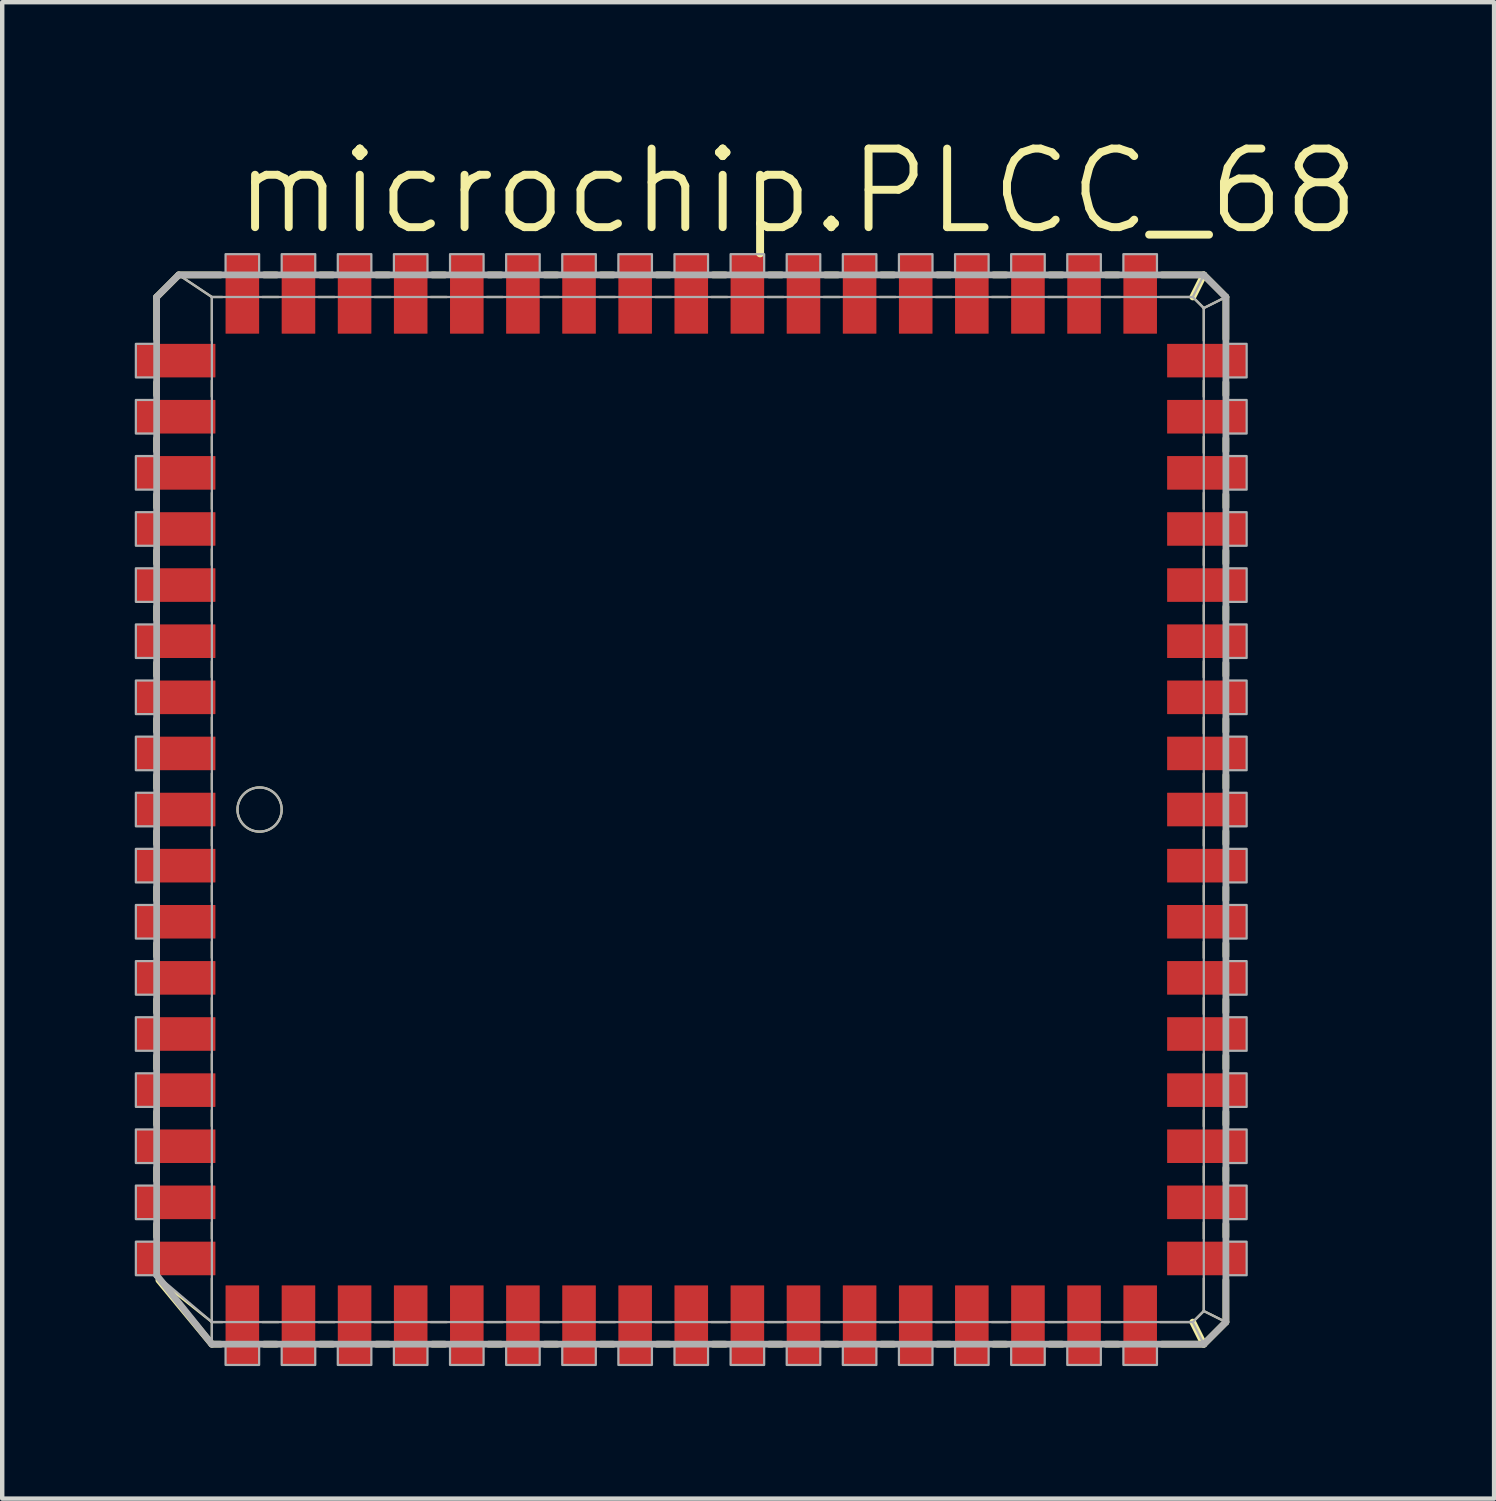
<source format=kicad_pcb>
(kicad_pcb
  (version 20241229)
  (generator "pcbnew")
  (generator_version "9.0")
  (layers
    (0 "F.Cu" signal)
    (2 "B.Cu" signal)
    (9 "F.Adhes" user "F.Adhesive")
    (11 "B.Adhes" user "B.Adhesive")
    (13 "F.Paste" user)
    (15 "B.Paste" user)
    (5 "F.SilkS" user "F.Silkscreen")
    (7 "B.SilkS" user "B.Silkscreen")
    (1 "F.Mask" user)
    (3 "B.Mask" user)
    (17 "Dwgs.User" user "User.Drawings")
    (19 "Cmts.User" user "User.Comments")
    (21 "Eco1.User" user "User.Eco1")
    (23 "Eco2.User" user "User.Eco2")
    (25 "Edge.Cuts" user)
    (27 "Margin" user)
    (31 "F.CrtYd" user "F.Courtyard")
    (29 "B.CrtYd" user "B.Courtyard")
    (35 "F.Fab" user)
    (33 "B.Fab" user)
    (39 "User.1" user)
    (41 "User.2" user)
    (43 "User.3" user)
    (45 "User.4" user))
  (footprint "microchip.PLCC_68"
    (layer "F.Cu")
    (at 12.595 15.272)
    (property "Reference" "microchip.PLCC_68" (at -10.414 -12.954 0) (layer "F.SilkS") (effects (font (size 1.778 1.778) (thickness 0.18)) (justify left bottom)))
    (attr smd)
    (fp_line (start -12.1 -11.6) (end -11.6 -12.1) (stroke (width 0.152) (type default)) (layer "F.SilkS"))
    (fp_line (start -12.1 -10.651) (end -12.1 -11.6) (stroke (width 0.152) (type default)) (layer "F.SilkS"))
    (fp_line (start -12.1 -9.381) (end -12.1 -9.669) (stroke (width 0.152) (type default)) (layer "F.SilkS"))
    (fp_line (start -12.1 -8.111) (end -12.1 -8.399) (stroke (width 0.152) (type default)) (layer "F.SilkS"))
    (fp_line (start -12.1 -6.841) (end -12.1 -7.129) (stroke (width 0.152) (type default)) (layer "F.SilkS"))
    (fp_line (start -12.1 -5.571) (end -12.1 -5.859) (stroke (width 0.152) (type default)) (layer "F.SilkS"))
    (fp_line (start -12.1 -4.301) (end -12.1 -4.589) (stroke (width 0.152) (type default)) (layer "F.SilkS"))
    (fp_line (start -12.1 -3.031) (end -12.1 -3.319) (stroke (width 0.152) (type default)) (layer "F.SilkS"))
    (fp_line (start -12.1 -1.761) (end -12.1 -2.049) (stroke (width 0.152) (type default)) (layer "F.SilkS"))
    (fp_line (start -12.1 -0.491) (end -12.1 -0.779) (stroke (width 0.152) (type default)) (layer "F.SilkS"))
    (fp_line (start -12.1 0.779) (end -12.1 0.491) (stroke (width 0.152) (type default)) (layer "F.SilkS"))
    (fp_line (start -12.1 2.049) (end -12.1 1.761) (stroke (width 0.152) (type default)) (layer "F.SilkS"))
    (fp_line (start -12.1 3.319) (end -12.1 3.031) (stroke (width 0.152) (type default)) (layer "F.SilkS"))
    (fp_line (start -12.1 4.589) (end -12.1 4.301) (stroke (width 0.152) (type default)) (layer "F.SilkS"))
    (fp_line (start -12.1 5.859) (end -12.1 5.571) (stroke (width 0.152) (type default)) (layer "F.SilkS"))
    (fp_line (start -12.1 7.129) (end -12.1 6.841) (stroke (width 0.152) (type default)) (layer "F.SilkS"))
    (fp_line (start -12.1 8.399) (end -12.1 8.111) (stroke (width 0.152) (type default)) (layer "F.SilkS"))
    (fp_line (start -12.1 9.669) (end -12.1 9.381) (stroke (width 0.152) (type default)) (layer "F.SilkS"))
    (fp_line (start -11.6 -12.1) (end -10.85 -11.6) (stroke (width 0.051) (type default)) (layer "F.SilkS"))
    (fp_line (start -11.6 -12.1) (end -10.651 -12.1) (stroke (width 0.152) (type default)) (layer "F.SilkS"))
    (fp_line (start -10.85 -11.6) (end -10.611 -11.6) (stroke (width 0.051) (type default)) (layer "F.SilkS"))
    (fp_line (start -10.85 -10.611) (end -10.85 -11.6) (stroke (width 0.051) (type default)) (layer "F.SilkS"))
    (fp_line (start -10.85 -9.341) (end -10.85 -9.709) (stroke (width 0.051) (type default)) (layer "F.SilkS"))
    (fp_line (start -10.85 -8.071) (end -10.85 -8.439) (stroke (width 0.051) (type default)) (layer "F.SilkS"))
    (fp_line (start -10.85 -6.801) (end -10.85 -7.169) (stroke (width 0.051) (type default)) (layer "F.SilkS"))
    (fp_line (start -10.85 -5.531) (end -10.85 -5.899) (stroke (width 0.051) (type default)) (layer "F.SilkS"))
    (fp_line (start -10.85 -4.261) (end -10.85 -4.629) (stroke (width 0.051) (type default)) (layer "F.SilkS"))
    (fp_line (start -10.85 -2.991) (end -10.85 -3.359) (stroke (width 0.051) (type default)) (layer "F.SilkS"))
    (fp_line (start -10.85 -1.721) (end -10.85 -2.089) (stroke (width 0.051) (type default)) (layer "F.SilkS"))
    (fp_line (start -10.85 -0.451) (end -10.85 -0.819) (stroke (width 0.051) (type default)) (layer "F.SilkS"))
    (fp_line (start -10.85 0.819) (end -10.85 0.451) (stroke (width 0.051) (type default)) (layer "F.SilkS"))
    (fp_line (start -10.85 2.089) (end -10.85 1.721) (stroke (width 0.051) (type default)) (layer "F.SilkS"))
    (fp_line (start -10.85 3.359) (end -10.85 2.991) (stroke (width 0.051) (type default)) (layer "F.SilkS"))
    (fp_line (start -10.85 4.629) (end -10.85 4.261) (stroke (width 0.051) (type default)) (layer "F.SilkS"))
    (fp_line (start -10.85 5.899) (end -10.85 5.531) (stroke (width 0.051) (type default)) (layer "F.SilkS"))
    (fp_line (start -10.85 7.169) (end -10.85 6.801) (stroke (width 0.051) (type default)) (layer "F.SilkS"))
    (fp_line (start -10.85 8.439) (end -10.85 8.071) (stroke (width 0.051) (type default)) (layer "F.SilkS"))
    (fp_line (start -10.85 9.709) (end -10.85 9.341) (stroke (width 0.051) (type default)) (layer "F.SilkS"))
    (fp_line (start -10.85 11.6) (end -12.029 10.662) (stroke (width 0.051) (type default)) (layer "F.SilkS"))
    (fp_line (start -10.85 11.6) (end -10.85 10.611) (stroke (width 0.051) (type default)) (layer "F.SilkS"))
    (fp_line (start -10.85 12.1) (end -12.05 10.651) (stroke (width 0.152) (type default)) (layer "F.SilkS"))
    (fp_line (start -10.85 12.1) (end -10.85 11.6) (stroke (width 0.051) (type default)) (layer "F.SilkS"))
    (fp_line (start -10.651 12.1) (end -10.85 12.1) (stroke (width 0.152) (type default)) (layer "F.SilkS"))
    (fp_line (start -10.611 11.6) (end -10.85 11.6) (stroke (width 0.051) (type default)) (layer "F.SilkS"))
    (fp_line (start -9.709 -11.6) (end -9.341 -11.6) (stroke (width 0.051) (type default)) (layer "F.SilkS"))
    (fp_line (start -9.669 -12.1) (end -9.381 -12.1) (stroke (width 0.152) (type default)) (layer "F.SilkS"))
    (fp_line (start -9.381 12.1) (end -9.669 12.1) (stroke (width 0.152) (type default)) (layer "F.SilkS"))
    (fp_line (start -9.341 11.6) (end -9.709 11.6) (stroke (width 0.051) (type default)) (layer "F.SilkS"))
    (fp_line (start -8.439 -11.6) (end -8.071 -11.6) (stroke (width 0.051) (type default)) (layer "F.SilkS"))
    (fp_line (start -8.399 -12.1) (end -8.111 -12.1) (stroke (width 0.152) (type default)) (layer "F.SilkS"))
    (fp_line (start -8.111 12.1) (end -8.399 12.1) (stroke (width 0.152) (type default)) (layer "F.SilkS"))
    (fp_line (start -8.071 11.6) (end -8.439 11.6) (stroke (width 0.051) (type default)) (layer "F.SilkS"))
    (fp_line (start -7.169 -11.6) (end -6.801 -11.6) (stroke (width 0.051) (type default)) (layer "F.SilkS"))
    (fp_line (start -7.129 -12.1) (end -6.841 -12.1) (stroke (width 0.152) (type default)) (layer "F.SilkS"))
    (fp_line (start -6.841 12.1) (end -7.129 12.1) (stroke (width 0.152) (type default)) (layer "F.SilkS"))
    (fp_line (start -6.801 11.6) (end -7.169 11.6) (stroke (width 0.051) (type default)) (layer "F.SilkS"))
    (fp_line (start -5.899 -11.6) (end -5.531 -11.6) (stroke (width 0.051) (type default)) (layer "F.SilkS"))
    (fp_line (start -5.859 -12.1) (end -5.571 -12.1) (stroke (width 0.152) (type default)) (layer "F.SilkS"))
    (fp_line (start -5.571 12.1) (end -5.859 12.1) (stroke (width 0.152) (type default)) (layer "F.SilkS"))
    (fp_line (start -5.531 11.6) (end -5.899 11.6) (stroke (width 0.051) (type default)) (layer "F.SilkS"))
    (fp_line (start -4.629 -11.6) (end -4.261 -11.6) (stroke (width 0.051) (type default)) (layer "F.SilkS"))
    (fp_line (start -4.589 -12.1) (end -4.301 -12.1) (stroke (width 0.152) (type default)) (layer "F.SilkS"))
    (fp_line (start -4.301 12.1) (end -4.589 12.1) (stroke (width 0.152) (type default)) (layer "F.SilkS"))
    (fp_line (start -4.261 11.6) (end -4.629 11.6) (stroke (width 0.051) (type default)) (layer "F.SilkS"))
    (fp_line (start -3.359 -11.6) (end -2.991 -11.6) (stroke (width 0.051) (type default)) (layer "F.SilkS"))
    (fp_line (start -3.319 -12.1) (end -3.031 -12.1) (stroke (width 0.152) (type default)) (layer "F.SilkS"))
    (fp_line (start -3.031 12.1) (end -3.319 12.1) (stroke (width 0.152) (type default)) (layer "F.SilkS"))
    (fp_line (start -2.991 11.6) (end -3.359 11.6) (stroke (width 0.051) (type default)) (layer "F.SilkS"))
    (fp_line (start -2.089 -11.6) (end -1.721 -11.6) (stroke (width 0.051) (type default)) (layer "F.SilkS"))
    (fp_line (start -2.049 -12.1) (end -1.761 -12.1) (stroke (width 0.152) (type default)) (layer "F.SilkS"))
    (fp_line (start -1.761 12.1) (end -2.049 12.1) (stroke (width 0.152) (type default)) (layer "F.SilkS"))
    (fp_line (start -1.721 11.6) (end -2.089 11.6) (stroke (width 0.051) (type default)) (layer "F.SilkS"))
    (fp_line (start -0.819 -11.6) (end -0.451 -11.6) (stroke (width 0.051) (type default)) (layer "F.SilkS"))
    (fp_line (start -0.779 -12.1) (end -0.491 -12.1) (stroke (width 0.152) (type default)) (layer "F.SilkS"))
    (fp_line (start -0.491 12.1) (end -0.779 12.1) (stroke (width 0.152) (type default)) (layer "F.SilkS"))
    (fp_line (start -0.451 11.6) (end -0.819 11.6) (stroke (width 0.051) (type default)) (layer "F.SilkS"))
    (fp_line (start 0.451 -11.6) (end 0.819 -11.6) (stroke (width 0.051) (type default)) (layer "F.SilkS"))
    (fp_line (start 0.491 -12.1) (end 0.779 -12.1) (stroke (width 0.152) (type default)) (layer "F.SilkS"))
    (fp_line (start 0.779 12.1) (end 0.491 12.1) (stroke (width 0.152) (type default)) (layer "F.SilkS"))
    (fp_line (start 0.819 11.6) (end 0.451 11.6) (stroke (width 0.051) (type default)) (layer "F.SilkS"))
    (fp_line (start 1.721 -11.6) (end 2.089 -11.6) (stroke (width 0.051) (type default)) (layer "F.SilkS"))
    (fp_line (start 1.761 -12.1) (end 2.049 -12.1) (stroke (width 0.152) (type default)) (layer "F.SilkS"))
    (fp_line (start 2.049 12.1) (end 1.761 12.1) (stroke (width 0.152) (type default)) (layer "F.SilkS"))
    (fp_line (start 2.089 11.6) (end 1.721 11.6) (stroke (width 0.051) (type default)) (layer "F.SilkS"))
    (fp_line (start 2.991 -11.6) (end 3.359 -11.6) (stroke (width 0.051) (type default)) (layer "F.SilkS"))
    (fp_line (start 3.031 -12.1) (end 3.319 -12.1) (stroke (width 0.152) (type default)) (layer "F.SilkS"))
    (fp_line (start 3.319 12.1) (end 3.031 12.1) (stroke (width 0.152) (type default)) (layer "F.SilkS"))
    (fp_line (start 3.359 11.6) (end 2.991 11.6) (stroke (width 0.051) (type default)) (layer "F.SilkS"))
    (fp_line (start 4.261 -11.6) (end 4.629 -11.6) (stroke (width 0.051) (type default)) (layer "F.SilkS"))
    (fp_line (start 4.301 -12.1) (end 4.589 -12.1) (stroke (width 0.152) (type default)) (layer "F.SilkS"))
    (fp_line (start 4.589 12.1) (end 4.301 12.1) (stroke (width 0.152) (type default)) (layer "F.SilkS"))
    (fp_line (start 4.629 11.6) (end 4.261 11.6) (stroke (width 0.051) (type default)) (layer "F.SilkS"))
    (fp_line (start 5.531 -11.6) (end 5.899 -11.6) (stroke (width 0.051) (type default)) (layer "F.SilkS"))
    (fp_line (start 5.571 -12.1) (end 5.859 -12.1) (stroke (width 0.152) (type default)) (layer "F.SilkS"))
    (fp_line (start 5.859 12.1) (end 5.571 12.1) (stroke (width 0.152) (type default)) (layer "F.SilkS"))
    (fp_line (start 5.899 11.6) (end 5.531 11.6) (stroke (width 0.051) (type default)) (layer "F.SilkS"))
    (fp_line (start 6.801 -11.6) (end 7.169 -11.6) (stroke (width 0.051) (type default)) (layer "F.SilkS"))
    (fp_line (start 6.841 -12.1) (end 7.129 -12.1) (stroke (width 0.152) (type default)) (layer "F.SilkS"))
    (fp_line (start 7.129 12.1) (end 6.841 12.1) (stroke (width 0.152) (type default)) (layer "F.SilkS"))
    (fp_line (start 7.169 11.6) (end 6.801 11.6) (stroke (width 0.051) (type default)) (layer "F.SilkS"))
    (fp_line (start 8.071 -11.6) (end 8.439 -11.6) (stroke (width 0.051) (type default)) (layer "F.SilkS"))
    (fp_line (start 8.111 -12.1) (end 8.399 -12.1) (stroke (width 0.152) (type default)) (layer "F.SilkS"))
    (fp_line (start 8.399 12.1) (end 8.111 12.1) (stroke (width 0.152) (type default)) (layer "F.SilkS"))
    (fp_line (start 8.439 11.6) (end 8.071 11.6) (stroke (width 0.051) (type default)) (layer "F.SilkS"))
    (fp_line (start 9.341 -11.6) (end 9.709 -11.6) (stroke (width 0.051) (type default)) (layer "F.SilkS"))
    (fp_line (start 9.381 -12.1) (end 9.669 -12.1) (stroke (width 0.152) (type default)) (layer "F.SilkS"))
    (fp_line (start 9.669 12.1) (end 9.381 12.1) (stroke (width 0.152) (type default)) (layer "F.SilkS"))
    (fp_line (start 9.709 11.6) (end 9.341 11.6) (stroke (width 0.051) (type default)) (layer "F.SilkS"))
    (fp_line (start 10.611 -11.6) (end 11.35 -11.6) (stroke (width 0.051) (type default)) (layer "F.SilkS"))
    (fp_line (start 10.651 -12.1) (end 11.6 -12.1) (stroke (width 0.152) (type default)) (layer "F.SilkS"))
    (fp_line (start 11.35 -11.6) (end 11.6 -12.1) (stroke (width 0.152) (type default)) (layer "F.SilkS"))
    (fp_line (start 11.35 -11.6) (end 11.6 -11.35) (stroke (width 0.051) (type default)) (layer "F.SilkS"))
    (fp_line (start 11.35 11.6) (end 10.611 11.6) (stroke (width 0.051) (type default)) (layer "F.SilkS"))
    (fp_line (start 11.6 -12.1) (end 12.1 -11.6) (stroke (width 0.152) (type default)) (layer "F.SilkS"))
    (fp_line (start 11.6 -11.35) (end 11.6 -10.611) (stroke (width 0.051) (type default)) (layer "F.SilkS"))
    (fp_line (start 11.6 -11.35) (end 12.1 -11.6) (stroke (width 0.051) (type default)) (layer "F.SilkS"))
    (fp_line (start 11.6 -9.709) (end 11.6 -9.341) (stroke (width 0.051) (type default)) (layer "F.SilkS"))
    (fp_line (start 11.6 -8.439) (end 11.6 -8.071) (stroke (width 0.051) (type default)) (layer "F.SilkS"))
    (fp_line (start 11.6 -7.169) (end 11.6 -6.801) (stroke (width 0.051) (type default)) (layer "F.SilkS"))
    (fp_line (start 11.6 -5.899) (end 11.6 -5.531) (stroke (width 0.051) (type default)) (layer "F.SilkS"))
    (fp_line (start 11.6 -4.629) (end 11.6 -4.261) (stroke (width 0.051) (type default)) (layer "F.SilkS"))
    (fp_line (start 11.6 -3.359) (end 11.6 -2.991) (stroke (width 0.051) (type default)) (layer "F.SilkS"))
    (fp_line (start 11.6 -2.089) (end 11.6 -1.721) (stroke (width 0.051) (type default)) (layer "F.SilkS"))
    (fp_line (start 11.6 -0.819) (end 11.6 -0.451) (stroke (width 0.051) (type default)) (layer "F.SilkS"))
    (fp_line (start 11.6 0.451) (end 11.6 0.819) (stroke (width 0.051) (type default)) (layer "F.SilkS"))
    (fp_line (start 11.6 1.721) (end 11.6 2.089) (stroke (width 0.051) (type default)) (layer "F.SilkS"))
    (fp_line (start 11.6 2.991) (end 11.6 3.359) (stroke (width 0.051) (type default)) (layer "F.SilkS"))
    (fp_line (start 11.6 4.261) (end 11.6 4.629) (stroke (width 0.051) (type default)) (layer "F.SilkS"))
    (fp_line (start 11.6 5.531) (end 11.6 5.899) (stroke (width 0.051) (type default)) (layer "F.SilkS"))
    (fp_line (start 11.6 6.801) (end 11.6 7.169) (stroke (width 0.051) (type default)) (layer "F.SilkS"))
    (fp_line (start 11.6 8.071) (end 11.6 8.439) (stroke (width 0.051) (type default)) (layer "F.SilkS"))
    (fp_line (start 11.6 9.341) (end 11.6 9.709) (stroke (width 0.051) (type default)) (layer "F.SilkS"))
    (fp_line (start 11.6 10.611) (end 11.6 11.35) (stroke (width 0.051) (type default)) (layer "F.SilkS"))
    (fp_line (start 11.6 11.35) (end 11.35 11.6) (stroke (width 0.051) (type default)) (layer "F.SilkS"))
    (fp_line (start 11.6 12.1) (end 10.651 12.1) (stroke (width 0.152) (type default)) (layer "F.SilkS"))
    (fp_line (start 11.6 12.1) (end 11.35 11.6) (stroke (width 0.152) (type default)) (layer "F.SilkS"))
    (fp_line (start 12.1 -11.6) (end 12.1 -10.651) (stroke (width 0.152) (type default)) (layer "F.SilkS"))
    (fp_line (start 12.1 -9.669) (end 12.1 -9.381) (stroke (width 0.152) (type default)) (layer "F.SilkS"))
    (fp_line (start 12.1 -8.399) (end 12.1 -8.111) (stroke (width 0.152) (type default)) (layer "F.SilkS"))
    (fp_line (start 12.1 -7.129) (end 12.1 -6.841) (stroke (width 0.152) (type default)) (layer "F.SilkS"))
    (fp_line (start 12.1 -5.859) (end 12.1 -5.571) (stroke (width 0.152) (type default)) (layer "F.SilkS"))
    (fp_line (start 12.1 -4.589) (end 12.1 -4.301) (stroke (width 0.152) (type default)) (layer "F.SilkS"))
    (fp_line (start 12.1 -3.319) (end 12.1 -3.031) (stroke (width 0.152) (type default)) (layer "F.SilkS"))
    (fp_line (start 12.1 -2.049) (end 12.1 -1.761) (stroke (width 0.152) (type default)) (layer "F.SilkS"))
    (fp_line (start 12.1 -0.779) (end 12.1 -0.491) (stroke (width 0.152) (type default)) (layer "F.SilkS"))
    (fp_line (start 12.1 0.491) (end 12.1 0.779) (stroke (width 0.152) (type default)) (layer "F.SilkS"))
    (fp_line (start 12.1 1.761) (end 12.1 2.049) (stroke (width 0.152) (type default)) (layer "F.SilkS"))
    (fp_line (start 12.1 3.031) (end 12.1 3.319) (stroke (width 0.152) (type default)) (layer "F.SilkS"))
    (fp_line (start 12.1 4.301) (end 12.1 4.589) (stroke (width 0.152) (type default)) (layer "F.SilkS"))
    (fp_line (start 12.1 5.571) (end 12.1 5.859) (stroke (width 0.152) (type default)) (layer "F.SilkS"))
    (fp_line (start 12.1 6.841) (end 12.1 7.129) (stroke (width 0.152) (type default)) (layer "F.SilkS"))
    (fp_line (start 12.1 8.111) (end 12.1 8.399) (stroke (width 0.152) (type default)) (layer "F.SilkS"))
    (fp_line (start 12.1 9.381) (end 12.1 9.669) (stroke (width 0.152) (type default)) (layer "F.SilkS"))
    (fp_line (start 12.1 10.651) (end 12.1 11.6) (stroke (width 0.152) (type default)) (layer "F.SilkS"))
    (fp_line (start 12.1 11.6) (end 11.6 11.35) (stroke (width 0.051) (type default)) (layer "F.SilkS"))
    (fp_line (start 12.1 11.6) (end 11.6 12.1) (stroke (width 0.152) (type default)) (layer "F.SilkS"))
    (fp_circle (center -9.77 0) (end -9.27 0) (stroke (width 0.051) (type default)) (fill no) (layer "F.SilkS"))
    (fp_line (start -12.1 10.54) (end -12.1 -11.6) (stroke (width 0.152) (type default)) (layer "F.Fab"))
    (fp_line (start -12.1 -11.6) (end -11.6 -12.1) (stroke (width 0.152) (type default)) (layer "F.Fab"))
    (fp_line (start -11.6 -12.1) (end -10.85 -11.6) (stroke (width 0.051) (type default)) (layer "F.Fab"))
    (fp_line (start -11.6 -12.1) (end 11.6 -12.1) (stroke (width 0.152) (type default)) (layer "F.Fab"))
    (fp_line (start -10.85 -11.6) (end 11.35 -11.6) (stroke (width 0.051) (type default)) (layer "F.Fab"))
    (fp_line (start -10.85 11.6) (end -12.1 10.54) (stroke (width 0.051) (type default)) (layer "F.Fab"))
    (fp_line (start -10.85 11.6) (end -10.85 -11.6) (stroke (width 0.051) (type default)) (layer "F.Fab"))
    (fp_line (start -10.85 12.1) (end -12.1 10.54) (stroke (width 0.152) (type default)) (layer "F.Fab"))
    (fp_line (start -10.85 12.1) (end -10.85 11.6) (stroke (width 0.051) (type default)) (layer "F.Fab"))
    (fp_line (start 11.35 -11.6) (end 11.6 -12.1) (stroke (width 0.051) (type default)) (layer "F.Fab"))
    (fp_line (start 11.35 -11.6) (end 11.6 -11.35) (stroke (width 0.051) (type default)) (layer "F.Fab"))
    (fp_line (start 11.35 11.6) (end -10.85 11.6) (stroke (width 0.051) (type default)) (layer "F.Fab"))
    (fp_line (start 11.6 -12.1) (end 12.1 -11.6) (stroke (width 0.152) (type default)) (layer "F.Fab"))
    (fp_line (start 11.6 -11.35) (end 11.6 11.35) (stroke (width 0.051) (type default)) (layer "F.Fab"))
    (fp_line (start 11.6 -11.35) (end 12.1 -11.6) (stroke (width 0.051) (type default)) (layer "F.Fab"))
    (fp_line (start 11.6 11.35) (end 11.35 11.6) (stroke (width 0.051) (type default)) (layer "F.Fab"))
    (fp_line (start 11.6 12.1) (end -10.85 12.1) (stroke (width 0.152) (type default)) (layer "F.Fab"))
    (fp_line (start 11.6 12.1) (end 11.35 11.6) (stroke (width 0.051) (type default)) (layer "F.Fab"))
    (fp_line (start 12.1 -11.6) (end 12.1 11.6) (stroke (width 0.152) (type default)) (layer "F.Fab"))
    (fp_line (start 12.1 11.6) (end 11.6 11.35) (stroke (width 0.051) (type default)) (layer "F.Fab"))
    (fp_line (start 12.1 11.6) (end 11.6 12.1) (stroke (width 0.152) (type default)) (layer "F.Fab"))
    (fp_rect (start -12.57 -9.78) (end -12.1 -10.54) (stroke (width 0.05) (type default)) (fill no) (layer "F.Fab"))
    (fp_rect (start -12.57 -8.51) (end -12.1 -9.27) (stroke (width 0.05) (type default)) (fill no) (layer "F.Fab"))
    (fp_rect (start -12.57 -7.24) (end -12.1 -8) (stroke (width 0.05) (type default)) (fill no) (layer "F.Fab"))
    (fp_rect (start -12.57 -5.97) (end -12.1 -6.73) (stroke (width 0.05) (type default)) (fill no) (layer "F.Fab"))
    (fp_rect (start -12.57 -4.7) (end -12.1 -5.46) (stroke (width 0.05) (type default)) (fill no) (layer "F.Fab"))
    (fp_rect (start -12.57 -3.43) (end -12.1 -4.19) (stroke (width 0.05) (type default)) (fill no) (layer "F.Fab"))
    (fp_rect (start -12.57 -2.16) (end -12.1 -2.92) (stroke (width 0.05) (type default)) (fill no) (layer "F.Fab"))
    (fp_rect (start -12.57 -0.89) (end -12.1 -1.65) (stroke (width 0.05) (type default)) (fill no) (layer "F.Fab"))
    (fp_rect (start -12.57 0.38) (end -12.1 -0.38) (stroke (width 0.05) (type default)) (fill no) (layer "F.Fab"))
    (fp_rect (start -12.57 1.65) (end -12.1 0.89) (stroke (width 0.05) (type default)) (fill no) (layer "F.Fab"))
    (fp_rect (start -12.57 2.92) (end -12.1 2.16) (stroke (width 0.05) (type default)) (fill no) (layer "F.Fab"))
    (fp_rect (start -12.57 4.19) (end -12.1 3.43) (stroke (width 0.05) (type default)) (fill no) (layer "F.Fab"))
    (fp_rect (start -12.57 5.46) (end -12.1 4.7) (stroke (width 0.05) (type default)) (fill no) (layer "F.Fab"))
    (fp_rect (start -12.57 6.73) (end -12.1 5.97) (stroke (width 0.05) (type default)) (fill no) (layer "F.Fab"))
    (fp_rect (start -12.57 8) (end -12.1 7.24) (stroke (width 0.05) (type default)) (fill no) (layer "F.Fab"))
    (fp_rect (start -12.57 9.27) (end -12.1 8.51) (stroke (width 0.05) (type default)) (fill no) (layer "F.Fab"))
    (fp_rect (start -12.57 10.54) (end -12.1 9.78) (stroke (width 0.05) (type default)) (fill no) (layer "F.Fab"))
    (fp_rect (start -10.54 -12.1) (end -9.78 -12.57) (stroke (width 0.05) (type default)) (fill no) (layer "F.Fab"))
    (fp_rect (start -10.54 12.57) (end -9.78 12.1) (stroke (width 0.05) (type default)) (fill no) (layer "F.Fab"))
    (fp_rect (start -9.27 -12.1) (end -8.51 -12.57) (stroke (width 0.05) (type default)) (fill no) (layer "F.Fab"))
    (fp_rect (start -9.27 12.57) (end -8.51 12.1) (stroke (width 0.05) (type default)) (fill no) (layer "F.Fab"))
    (fp_rect (start -8 -12.1) (end -7.24 -12.57) (stroke (width 0.05) (type default)) (fill no) (layer "F.Fab"))
    (fp_rect (start -8 12.57) (end -7.24 12.1) (stroke (width 0.05) (type default)) (fill no) (layer "F.Fab"))
    (fp_rect (start -6.73 -12.1) (end -5.97 -12.57) (stroke (width 0.05) (type default)) (fill no) (layer "F.Fab"))
    (fp_rect (start -6.73 12.57) (end -5.97 12.1) (stroke (width 0.05) (type default)) (fill no) (layer "F.Fab"))
    (fp_rect (start -5.46 -12.1) (end -4.7 -12.57) (stroke (width 0.05) (type default)) (fill no) (layer "F.Fab"))
    (fp_rect (start -5.46 12.57) (end -4.7 12.1) (stroke (width 0.05) (type default)) (fill no) (layer "F.Fab"))
    (fp_rect (start -4.19 -12.1) (end -3.43 -12.57) (stroke (width 0.05) (type default)) (fill no) (layer "F.Fab"))
    (fp_rect (start -4.19 12.57) (end -3.43 12.1) (stroke (width 0.05) (type default)) (fill no) (layer "F.Fab"))
    (fp_rect (start -2.92 -12.1) (end -2.16 -12.57) (stroke (width 0.05) (type default)) (fill no) (layer "F.Fab"))
    (fp_rect (start -2.92 12.57) (end -2.16 12.1) (stroke (width 0.05) (type default)) (fill no) (layer "F.Fab"))
    (fp_rect (start -1.65 -12.1) (end -0.89 -12.57) (stroke (width 0.05) (type default)) (fill no) (layer "F.Fab"))
    (fp_rect (start -1.65 12.57) (end -0.89 12.1) (stroke (width 0.05) (type default)) (fill no) (layer "F.Fab"))
    (fp_rect (start -0.38 -12.1) (end 0.38 -12.57) (stroke (width 0.05) (type default)) (fill no) (layer "F.Fab"))
    (fp_rect (start -0.38 12.57) (end 0.38 12.1) (stroke (width 0.05) (type default)) (fill no) (layer "F.Fab"))
    (fp_rect (start 0.89 -12.1) (end 1.65 -12.57) (stroke (width 0.05) (type default)) (fill no) (layer "F.Fab"))
    (fp_rect (start 0.89 12.57) (end 1.65 12.1) (stroke (width 0.05) (type default)) (fill no) (layer "F.Fab"))
    (fp_rect (start 2.16 -12.1) (end 2.92 -12.57) (stroke (width 0.05) (type default)) (fill no) (layer "F.Fab"))
    (fp_rect (start 2.16 12.57) (end 2.92 12.1) (stroke (width 0.05) (type default)) (fill no) (layer "F.Fab"))
    (fp_rect (start 3.43 -12.1) (end 4.19 -12.57) (stroke (width 0.05) (type default)) (fill no) (layer "F.Fab"))
    (fp_rect (start 3.43 12.57) (end 4.19 12.1) (stroke (width 0.05) (type default)) (fill no) (layer "F.Fab"))
    (fp_rect (start 4.7 -12.1) (end 5.46 -12.57) (stroke (width 0.05) (type default)) (fill no) (layer "F.Fab"))
    (fp_rect (start 4.7 12.57) (end 5.46 12.1) (stroke (width 0.05) (type default)) (fill no) (layer "F.Fab"))
    (fp_rect (start 5.97 -12.1) (end 6.73 -12.57) (stroke (width 0.05) (type default)) (fill no) (layer "F.Fab"))
    (fp_rect (start 5.97 12.57) (end 6.73 12.1) (stroke (width 0.05) (type default)) (fill no) (layer "F.Fab"))
    (fp_rect (start 7.24 -12.1) (end 8 -12.57) (stroke (width 0.05) (type default)) (fill no) (layer "F.Fab"))
    (fp_rect (start 7.24 12.57) (end 8 12.1) (stroke (width 0.05) (type default)) (fill no) (layer "F.Fab"))
    (fp_rect (start 8.51 -12.1) (end 9.27 -12.57) (stroke (width 0.05) (type default)) (fill no) (layer "F.Fab"))
    (fp_rect (start 8.51 12.57) (end 9.27 12.1) (stroke (width 0.05) (type default)) (fill no) (layer "F.Fab"))
    (fp_rect (start 9.78 -12.1) (end 10.54 -12.57) (stroke (width 0.05) (type default)) (fill no) (layer "F.Fab"))
    (fp_rect (start 9.78 12.57) (end 10.54 12.1) (stroke (width 0.05) (type default)) (fill no) (layer "F.Fab"))
    (fp_rect (start 12.1 -9.78) (end 12.57 -10.54) (stroke (width 0.05) (type default)) (fill no) (layer "F.Fab"))
    (fp_rect (start 12.1 -8.51) (end 12.57 -9.27) (stroke (width 0.05) (type default)) (fill no) (layer "F.Fab"))
    (fp_rect (start 12.1 -7.24) (end 12.57 -8) (stroke (width 0.05) (type default)) (fill no) (layer "F.Fab"))
    (fp_rect (start 12.1 -5.97) (end 12.57 -6.73) (stroke (width 0.05) (type default)) (fill no) (layer "F.Fab"))
    (fp_rect (start 12.1 -4.7) (end 12.57 -5.46) (stroke (width 0.05) (type default)) (fill no) (layer "F.Fab"))
    (fp_rect (start 12.1 -3.43) (end 12.57 -4.19) (stroke (width 0.05) (type default)) (fill no) (layer "F.Fab"))
    (fp_rect (start 12.1 -2.16) (end 12.57 -2.92) (stroke (width 0.05) (type default)) (fill no) (layer "F.Fab"))
    (fp_rect (start 12.1 -0.89) (end 12.57 -1.65) (stroke (width 0.05) (type default)) (fill no) (layer "F.Fab"))
    (fp_rect (start 12.1 0.38) (end 12.57 -0.38) (stroke (width 0.05) (type default)) (fill no) (layer "F.Fab"))
    (fp_rect (start 12.1 1.65) (end 12.57 0.89) (stroke (width 0.05) (type default)) (fill no) (layer "F.Fab"))
    (fp_rect (start 12.1 2.92) (end 12.57 2.16) (stroke (width 0.05) (type default)) (fill no) (layer "F.Fab"))
    (fp_rect (start 12.1 4.19) (end 12.57 3.43) (stroke (width 0.05) (type default)) (fill no) (layer "F.Fab"))
    (fp_rect (start 12.1 5.46) (end 12.57 4.7) (stroke (width 0.05) (type default)) (fill no) (layer "F.Fab"))
    (fp_rect (start 12.1 6.73) (end 12.57 5.97) (stroke (width 0.05) (type default)) (fill no) (layer "F.Fab"))
    (fp_rect (start 12.1 8) (end 12.57 7.24) (stroke (width 0.05) (type default)) (fill no) (layer "F.Fab"))
    (fp_rect (start 12.1 9.27) (end 12.57 8.51) (stroke (width 0.05) (type default)) (fill no) (layer "F.Fab"))
    (fp_rect (start 12.1 10.54) (end 12.57 9.78) (stroke (width 0.05) (type default)) (fill no) (layer "F.Fab"))
    (fp_circle (center -9.77 0) (end -9.27 0) (stroke (width 0.051) (type default)) (fill no) (layer "F.Fab"))
    (pad "1" smd roundrect (at -11.67 0) (size 1.8 0.76) (layers "F.Cu" "F.Mask" "F.Paste") (roundrect_rratio 0.01))
    (pad "2" smd roundrect (at -11.67 1.27) (size 1.8 0.76) (layers "F.Cu" "F.Mask" "F.Paste") (roundrect_rratio 0.01))
    (pad "3" smd roundrect (at -11.67 2.54) (size 1.8 0.76) (layers "F.Cu" "F.Mask" "F.Paste") (roundrect_rratio 0.01))
    (pad "4" smd roundrect (at -11.67 3.81) (size 1.8 0.76) (layers "F.Cu" "F.Mask" "F.Paste") (roundrect_rratio 0.01))
    (pad "5" smd roundrect (at -11.67 5.08) (size 1.8 0.76) (layers "F.Cu" "F.Mask" "F.Paste") (roundrect_rratio 0.01))
    (pad "6" smd roundrect (at -11.67 6.35) (size 1.8 0.76) (layers "F.Cu" "F.Mask" "F.Paste") (roundrect_rratio 0.01))
    (pad "7" smd roundrect (at -11.67 7.62) (size 1.8 0.76) (layers "F.Cu" "F.Mask" "F.Paste") (roundrect_rratio 0.01))
    (pad "8" smd roundrect (at -11.67 8.89) (size 1.8 0.76) (layers "F.Cu" "F.Mask" "F.Paste") (roundrect_rratio 0.01))
    (pad "9" smd roundrect (at -11.67 10.16) (size 1.8 0.76) (layers "F.Cu" "F.Mask" "F.Paste") (roundrect_rratio 0.01))
    (pad "10" smd roundrect (at -10.16 11.67) (size 0.76 1.8) (layers "F.Cu" "F.Mask" "F.Paste") (roundrect_rratio 0.01))
    (pad "11" smd roundrect (at -8.89 11.67) (size 0.76 1.8) (layers "F.Cu" "F.Mask" "F.Paste") (roundrect_rratio 0.01))
    (pad "12" smd roundrect (at -7.62 11.67) (size 0.76 1.8) (layers "F.Cu" "F.Mask" "F.Paste") (roundrect_rratio 0.01))
    (pad "13" smd roundrect (at -6.35 11.67) (size 0.76 1.8) (layers "F.Cu" "F.Mask" "F.Paste") (roundrect_rratio 0.01))
    (pad "14" smd roundrect (at -5.08 11.67) (size 0.76 1.8) (layers "F.Cu" "F.Mask" "F.Paste") (roundrect_rratio 0.01))
    (pad "15" smd roundrect (at -3.81 11.67) (size 0.76 1.8) (layers "F.Cu" "F.Mask" "F.Paste") (roundrect_rratio 0.01))
    (pad "16" smd roundrect (at -2.54 11.67) (size 0.76 1.8) (layers "F.Cu" "F.Mask" "F.Paste") (roundrect_rratio 0.01))
    (pad "17" smd roundrect (at -1.27 11.67) (size 0.76 1.8) (layers "F.Cu" "F.Mask" "F.Paste") (roundrect_rratio 0.01))
    (pad "18" smd roundrect (at 0 11.67) (size 0.76 1.8) (layers "F.Cu" "F.Mask" "F.Paste") (roundrect_rratio 0.01))
    (pad "19" smd roundrect (at 1.27 11.67) (size 0.76 1.8) (layers "F.Cu" "F.Mask" "F.Paste") (roundrect_rratio 0.01))
    (pad "20" smd roundrect (at 2.54 11.67) (size 0.76 1.8) (layers "F.Cu" "F.Mask" "F.Paste") (roundrect_rratio 0.01))
    (pad "21" smd roundrect (at 3.81 11.67) (size 0.76 1.8) (layers "F.Cu" "F.Mask" "F.Paste") (roundrect_rratio 0.01))
    (pad "22" smd roundrect (at 5.08 11.67) (size 0.76 1.8) (layers "F.Cu" "F.Mask" "F.Paste") (roundrect_rratio 0.01))
    (pad "23" smd roundrect (at 6.35 11.67) (size 0.76 1.8) (layers "F.Cu" "F.Mask" "F.Paste") (roundrect_rratio 0.01))
    (pad "24" smd roundrect (at 7.62 11.67) (size 0.76 1.8) (layers "F.Cu" "F.Mask" "F.Paste") (roundrect_rratio 0.01))
    (pad "25" smd roundrect (at 8.89 11.67) (size 0.76 1.8) (layers "F.Cu" "F.Mask" "F.Paste") (roundrect_rratio 0.01))
    (pad "26" smd roundrect (at 10.16 11.67) (size 0.76 1.8) (layers "F.Cu" "F.Mask" "F.Paste") (roundrect_rratio 0.01))
    (pad "27" smd roundrect (at 11.67 10.16) (size 1.8 0.76) (layers "F.Cu" "F.Mask" "F.Paste") (roundrect_rratio 0.01))
    (pad "28" smd roundrect (at 11.67 8.89) (size 1.8 0.76) (layers "F.Cu" "F.Mask" "F.Paste") (roundrect_rratio 0.01))
    (pad "29" smd roundrect (at 11.67 7.62) (size 1.8 0.76) (layers "F.Cu" "F.Mask" "F.Paste") (roundrect_rratio 0.01))
    (pad "30" smd roundrect (at 11.67 6.35) (size 1.8 0.76) (layers "F.Cu" "F.Mask" "F.Paste") (roundrect_rratio 0.01))
    (pad "31" smd roundrect (at 11.67 5.08) (size 1.8 0.76) (layers "F.Cu" "F.Mask" "F.Paste") (roundrect_rratio 0.01))
    (pad "32" smd roundrect (at 11.67 3.81) (size 1.8 0.76) (layers "F.Cu" "F.Mask" "F.Paste") (roundrect_rratio 0.01))
    (pad "33" smd roundrect (at 11.67 2.54) (size 1.8 0.76) (layers "F.Cu" "F.Mask" "F.Paste") (roundrect_rratio 0.01))
    (pad "34" smd roundrect (at 11.67 1.27) (size 1.8 0.76) (layers "F.Cu" "F.Mask" "F.Paste") (roundrect_rratio 0.01))
    (pad "35" smd roundrect (at 11.67 0) (size 1.8 0.76) (layers "F.Cu" "F.Mask" "F.Paste") (roundrect_rratio 0.01))
    (pad "36" smd roundrect (at 11.67 -1.27) (size 1.8 0.76) (layers "F.Cu" "F.Mask" "F.Paste") (roundrect_rratio 0.01))
    (pad "37" smd roundrect (at 11.67 -2.54) (size 1.8 0.76) (layers "F.Cu" "F.Mask" "F.Paste") (roundrect_rratio 0.01))
    (pad "38" smd roundrect (at 11.67 -3.81) (size 1.8 0.76) (layers "F.Cu" "F.Mask" "F.Paste") (roundrect_rratio 0.01))
    (pad "39" smd roundrect (at 11.67 -5.08) (size 1.8 0.76) (layers "F.Cu" "F.Mask" "F.Paste") (roundrect_rratio 0.01))
    (pad "40" smd roundrect (at 11.67 -6.35) (size 1.8 0.76) (layers "F.Cu" "F.Mask" "F.Paste") (roundrect_rratio 0.01))
    (pad "41" smd roundrect (at 11.67 -7.62) (size 1.8 0.76) (layers "F.Cu" "F.Mask" "F.Paste") (roundrect_rratio 0.01))
    (pad "42" smd roundrect (at 11.67 -8.89) (size 1.8 0.76) (layers "F.Cu" "F.Mask" "F.Paste") (roundrect_rratio 0.01))
    (pad "43" smd roundrect (at 11.67 -10.16) (size 1.8 0.76) (layers "F.Cu" "F.Mask" "F.Paste") (roundrect_rratio 0.01))
    (pad "44" smd roundrect (at 10.16 -11.67) (size 0.76 1.8) (layers "F.Cu" "F.Mask" "F.Paste") (roundrect_rratio 0.01))
    (pad "45" smd roundrect (at 8.89 -11.67) (size 0.76 1.8) (layers "F.Cu" "F.Mask" "F.Paste") (roundrect_rratio 0.01))
    (pad "46" smd roundrect (at 7.62 -11.67) (size 0.76 1.8) (layers "F.Cu" "F.Mask" "F.Paste") (roundrect_rratio 0.01))
    (pad "47" smd roundrect (at 6.35 -11.67) (size 0.76 1.8) (layers "F.Cu" "F.Mask" "F.Paste") (roundrect_rratio 0.01))
    (pad "48" smd roundrect (at 5.08 -11.67) (size 0.76 1.8) (layers "F.Cu" "F.Mask" "F.Paste") (roundrect_rratio 0.01))
    (pad "49" smd roundrect (at 3.81 -11.67) (size 0.76 1.8) (layers "F.Cu" "F.Mask" "F.Paste") (roundrect_rratio 0.01))
    (pad "50" smd roundrect (at 2.54 -11.67) (size 0.76 1.8) (layers "F.Cu" "F.Mask" "F.Paste") (roundrect_rratio 0.01))
    (pad "51" smd roundrect (at 1.27 -11.67) (size 0.76 1.8) (layers "F.Cu" "F.Mask" "F.Paste") (roundrect_rratio 0.01))
    (pad "52" smd roundrect (at 0 -11.67) (size 0.76 1.8) (layers "F.Cu" "F.Mask" "F.Paste") (roundrect_rratio 0.01))
    (pad "53" smd roundrect (at -1.27 -11.67) (size 0.76 1.8) (layers "F.Cu" "F.Mask" "F.Paste") (roundrect_rratio 0.01))
    (pad "54" smd roundrect (at -2.54 -11.67) (size 0.76 1.8) (layers "F.Cu" "F.Mask" "F.Paste") (roundrect_rratio 0.01))
    (pad "55" smd roundrect (at -3.81 -11.67) (size 0.76 1.8) (layers "F.Cu" "F.Mask" "F.Paste") (roundrect_rratio 0.01))
    (pad "56" smd roundrect (at -5.08 -11.67) (size 0.76 1.8) (layers "F.Cu" "F.Mask" "F.Paste") (roundrect_rratio 0.01))
    (pad "57" smd roundrect (at -6.35 -11.67) (size 0.76 1.8) (layers "F.Cu" "F.Mask" "F.Paste") (roundrect_rratio 0.01))
    (pad "58" smd roundrect (at -7.62 -11.67) (size 0.76 1.8) (layers "F.Cu" "F.Mask" "F.Paste") (roundrect_rratio 0.01))
    (pad "59" smd roundrect (at -8.89 -11.67) (size 0.76 1.8) (layers "F.Cu" "F.Mask" "F.Paste") (roundrect_rratio 0.01))
    (pad "60" smd roundrect (at -10.16 -11.67) (size 0.76 1.8) (layers "F.Cu" "F.Mask" "F.Paste") (roundrect_rratio 0.01))
    (pad "61" smd roundrect (at -11.67 -10.16) (size 1.8 0.76) (layers "F.Cu" "F.Mask" "F.Paste") (roundrect_rratio 0.01))
    (pad "62" smd roundrect (at -11.67 -8.89) (size 1.8 0.76) (layers "F.Cu" "F.Mask" "F.Paste") (roundrect_rratio 0.01))
    (pad "63" smd roundrect (at -11.67 -7.62) (size 1.8 0.76) (layers "F.Cu" "F.Mask" "F.Paste") (roundrect_rratio 0.01))
    (pad "64" smd roundrect (at -11.67 -6.35) (size 1.8 0.76) (layers "F.Cu" "F.Mask" "F.Paste") (roundrect_rratio 0.01))
    (pad "65" smd roundrect (at -11.67 -5.08) (size 1.8 0.76) (layers "F.Cu" "F.Mask" "F.Paste") (roundrect_rratio 0.01))
    (pad "66" smd roundrect (at -11.67 -3.81) (size 1.8 0.76) (layers "F.Cu" "F.Mask" "F.Paste") (roundrect_rratio 0.01))
    (pad "67" smd roundrect (at -11.67 -2.54) (size 1.8 0.76) (layers "F.Cu" "F.Mask" "F.Paste") (roundrect_rratio 0.01))
    (pad "68" smd roundrect (at -11.67 -1.27) (size 1.8 0.76) (layers "F.Cu" "F.Mask" "F.Paste") (roundrect_rratio 0.01)))
  (gr_rect
    (start -3 -3)
    (end 30.765 30.867)
    (stroke (width 0.1) (type default))
    (fill no)
    (layer "Edge.Cuts")))
</source>
